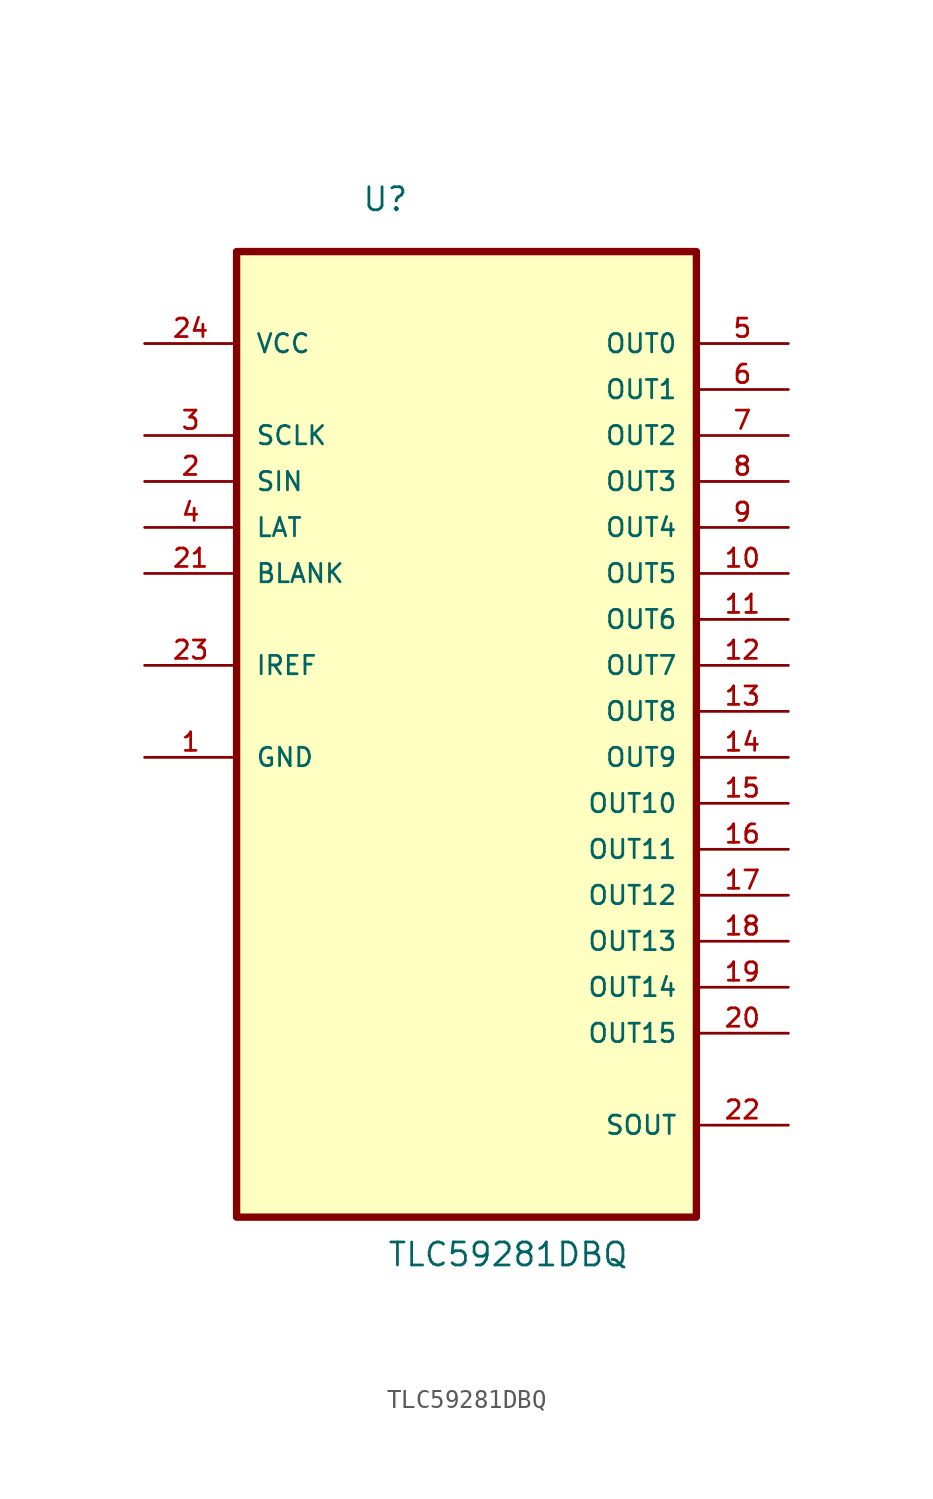
<source format=kicad_sym>
(kicad_symbol_lib
  (version 20211014)
  (generator kicad_symbol_editor)
  (symbol "TLC59281DBQ"
    (pin_names
      (offset 1.016))
    (property "Reference" "U"
      (at -5.794 25.006 0.0)
      (effects (font (size 1.27 1.27)) (justify bottom left)))
    (property "Value" "TLC59281DBQ"
      (at -4.399 -33.286 0.0)
      (effects (font (size 1.27 1.27)) (justify bottom left)))
    (symbol "TLC59281DBQ_0_0"
      (rectangle (start -12.7 -30.48) (end 12.7 22.86) (stroke (width 0.406)) (fill (type background)))
      (pin power_in line (at -17.78 17.78 0) (length 5.08) (name "VCC" (effects (font (size 1.016 1.016)))) (number "24" (effects (font (size 1.016 1.016)))))
      (pin input line (at -17.78 12.7 0) (length 5.08) (name "SCLK" (effects (font (size 1.016 1.016)))) (number "3" (effects (font (size 1.016 1.016)))))
      (pin input line (at -17.78 10.16 0) (length 5.08) (name "SIN" (effects (font (size 1.016 1.016)))) (number "2" (effects (font (size 1.016 1.016)))))
      (pin input line (at -17.78 7.62 0) (length 5.08) (name "LAT" (effects (font (size 1.016 1.016)))) (number "4" (effects (font (size 1.016 1.016)))))
      (pin input line (at -17.78 5.08 0) (length 5.08) (name "BLANK" (effects (font (size 1.016 1.016)))) (number "21" (effects (font (size 1.016 1.016)))))
      (pin bidirectional line (at -17.78 0.0 0) (length 5.08) (name "IREF" (effects (font (size 1.016 1.016)))) (number "23" (effects (font (size 1.016 1.016)))))
      (pin passive line (at -17.78 -5.08 0) (length 5.08) (name "GND" (effects (font (size 1.016 1.016)))) (number "1" (effects (font (size 1.016 1.016)))))
      (pin output line (at 17.78 17.78 180.0) (length 5.08) (name "OUT0" (effects (font (size 1.016 1.016)))) (number "5" (effects (font (size 1.016 1.016)))))
      (pin output line (at 17.78 15.24 180.0) (length 5.08) (name "OUT1" (effects (font (size 1.016 1.016)))) (number "6" (effects (font (size 1.016 1.016)))))
      (pin output line (at 17.78 12.7 180.0) (length 5.08) (name "OUT2" (effects (font (size 1.016 1.016)))) (number "7" (effects (font (size 1.016 1.016)))))
      (pin output line (at 17.78 10.16 180.0) (length 5.08) (name "OUT3" (effects (font (size 1.016 1.016)))) (number "8" (effects (font (size 1.016 1.016)))))
      (pin output line (at 17.78 7.62 180.0) (length 5.08) (name "OUT4" (effects (font (size 1.016 1.016)))) (number "9" (effects (font (size 1.016 1.016)))))
      (pin output line (at 17.78 5.08 180.0) (length 5.08) (name "OUT5" (effects (font (size 1.016 1.016)))) (number "10" (effects (font (size 1.016 1.016)))))
      (pin output line (at 17.78 2.54 180.0) (length 5.08) (name "OUT6" (effects (font (size 1.016 1.016)))) (number "11" (effects (font (size 1.016 1.016)))))
      (pin output line (at 17.78 0.0 180.0) (length 5.08) (name "OUT7" (effects (font (size 1.016 1.016)))) (number "12" (effects (font (size 1.016 1.016)))))
      (pin output line (at 17.78 -2.54 180.0) (length 5.08) (name "OUT8" (effects (font (size 1.016 1.016)))) (number "13" (effects (font (size 1.016 1.016)))))
      (pin output line (at 17.78 -5.08 180.0) (length 5.08) (name "OUT9" (effects (font (size 1.016 1.016)))) (number "14" (effects (font (size 1.016 1.016)))))
      (pin output line (at 17.78 -7.62 180.0) (length 5.08) (name "OUT10" (effects (font (size 1.016 1.016)))) (number "15" (effects (font (size 1.016 1.016)))))
      (pin output line (at 17.78 -10.16 180.0) (length 5.08) (name "OUT11" (effects (font (size 1.016 1.016)))) (number "16" (effects (font (size 1.016 1.016)))))
      (pin output line (at 17.78 -12.7 180.0) (length 5.08) (name "OUT12" (effects (font (size 1.016 1.016)))) (number "17" (effects (font (size 1.016 1.016)))))
      (pin output line (at 17.78 -15.24 180.0) (length 5.08) (name "OUT13" (effects (font (size 1.016 1.016)))) (number "18" (effects (font (size 1.016 1.016)))))
      (pin output line (at 17.78 -17.78 180.0) (length 5.08) (name "OUT14" (effects (font (size 1.016 1.016)))) (number "19" (effects (font (size 1.016 1.016)))))
      (pin output line (at 17.78 -20.32 180.0) (length 5.08) (name "OUT15" (effects (font (size 1.016 1.016)))) (number "20" (effects (font (size 1.016 1.016)))))
      (pin output line (at 17.78 -25.4 180.0) (length 5.08) (name "SOUT" (effects (font (size 1.016 1.016)))) (number "22" (effects (font (size 1.016 1.016))))))))
</source>
